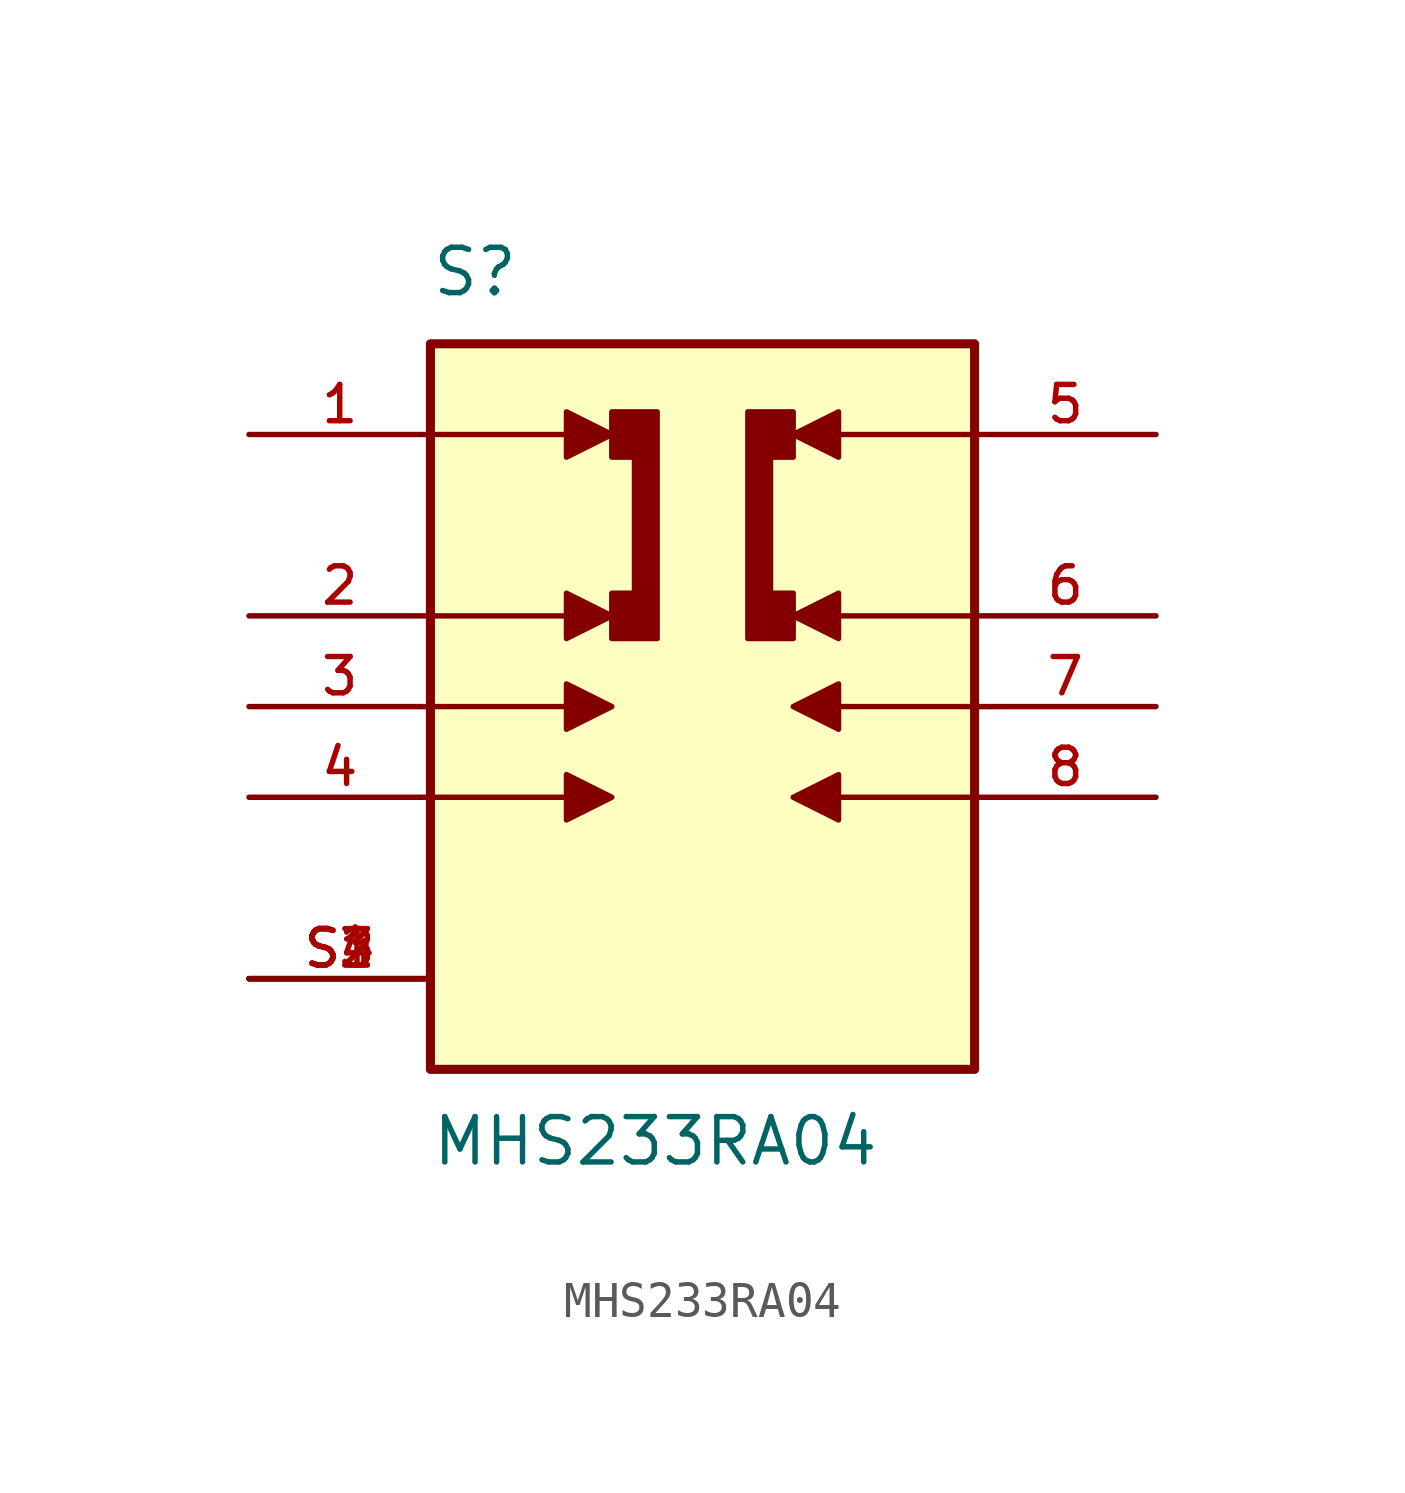
<source format=kicad_sym>
(kicad_symbol_lib
  (version 20211014)
  (generator kicad_symbol_editor)
  (symbol "MHS233RA04"
    (pin_names
      (offset 1.016))
    (property "Reference" "S"
      (at -7.62 11.43 0)
      (effects (font (size 1.27 1.27)) (justify bottom left)))
    (property "Value" "MHS233RA04"
      (at -7.62 -11.43 0)
      (effects (font (size 1.27 1.27)) (justify top left)))
    (symbol "MHS233RA04_0_0"
      (polyline (pts (xy -7.62 7.62) (xy -3.81 7.62)) (stroke (width 0.152)))
      (polyline (pts (xy -3.81 8.255) (xy -3.81 6.985) (xy -2.54 7.62) (xy -3.81 8.255)) (stroke (width 0.152)) (fill (type outline)))
      (polyline (pts (xy -7.62 2.54) (xy -3.81 2.54)) (stroke (width 0.152)))
      (polyline (pts (xy -3.81 3.175) (xy -3.81 1.905) (xy -2.54 2.54) (xy -3.81 3.175)) (stroke (width 0.152)) (fill (type outline)))
      (polyline (pts (xy -7.62 0.0) (xy -3.81 0.0)) (stroke (width 0.152)))
      (polyline (pts (xy -3.81 0.635) (xy -3.81 -0.635) (xy -2.54 0.0) (xy -3.81 0.635)) (stroke (width 0.152)) (fill (type outline)))
      (polyline (pts (xy -7.62 -2.54) (xy -3.81 -2.54)) (stroke (width 0.152)))
      (polyline (pts (xy -3.81 -1.905) (xy -3.81 -3.175) (xy -2.54 -2.54) (xy -3.81 -1.905)) (stroke (width 0.152)) (fill (type outline)))
      (polyline (pts (xy 7.62 7.62) (xy 3.81 7.62)) (stroke (width 0.152)))
      (polyline (pts (xy 3.81 6.985) (xy 3.81 8.255) (xy 2.54 7.62) (xy 3.81 6.985)) (stroke (width 0.152)) (fill (type outline)))
      (polyline (pts (xy 7.62 2.54) (xy 3.81 2.54)) (stroke (width 0.152)))
      (polyline (pts (xy 3.81 1.905) (xy 3.81 3.175) (xy 2.54 2.54) (xy 3.81 1.905)) (stroke (width 0.152)) (fill (type outline)))
      (polyline (pts (xy 7.62 0.0) (xy 3.81 0.0)) (stroke (width 0.152)))
      (polyline (pts (xy 3.81 -0.635) (xy 3.81 0.635) (xy 2.54 0.0) (xy 3.81 -0.635)) (stroke (width 0.152)) (fill (type outline)))
      (polyline (pts (xy 7.62 -2.54) (xy 3.81 -2.54)) (stroke (width 0.152)))
      (polyline (pts (xy 3.81 -3.175) (xy 3.81 -1.905) (xy 2.54 -2.54) (xy 3.81 -3.175)) (stroke (width 0.152)) (fill (type outline)))
      (polyline (pts (xy -2.54 6.985) (xy -2.54 8.255) (xy -1.27 8.255) (xy -1.27 1.905) (xy -2.54 1.905) (xy -2.54 3.175) (xy -1.905 3.175) (xy -1.905 6.985) (xy -2.54 6.985)) (stroke (width 0.152)) (fill (type outline)))
      (polyline (pts (xy 2.54 3.175) (xy 2.54 1.905) (xy 1.27 1.905) (xy 1.27 8.255) (xy 2.54 8.255) (xy 2.54 6.985) (xy 1.905 6.985) (xy 1.905 3.175) (xy 2.54 3.175)) (stroke (width 0.152)) (fill (type outline)))
      (rectangle (start -7.62 -10.16) (end 7.62 10.16) (stroke (width 0.254)) (fill (type background)))
      (pin passive line (at -12.7 7.62 0) (length 5.08) (name "~" (effects (font (size 1.016 1.016)))) (number "1" (effects (font (size 1.016 1.016)))))
      (pin passive line (at -12.7 2.54 0) (length 5.08) (name "~" (effects (font (size 1.016 1.016)))) (number "2" (effects (font (size 1.016 1.016)))))
      (pin passive line (at -12.7 0.0 0) (length 5.08) (name "~" (effects (font (size 1.016 1.016)))) (number "3" (effects (font (size 1.016 1.016)))))
      (pin passive line (at -12.7 -2.54 0) (length 5.08) (name "~" (effects (font (size 1.016 1.016)))) (number "4" (effects (font (size 1.016 1.016)))))
      (pin passive line (at 12.7 7.62 180.0) (length 5.08) (name "~" (effects (font (size 1.016 1.016)))) (number "5" (effects (font (size 1.016 1.016)))))
      (pin passive line (at 12.7 2.54 180.0) (length 5.08) (name "~" (effects (font (size 1.016 1.016)))) (number "6" (effects (font (size 1.016 1.016)))))
      (pin passive line (at 12.7 0.0 180.0) (length 5.08) (name "~" (effects (font (size 1.016 1.016)))) (number "7" (effects (font (size 1.016 1.016)))))
      (pin passive line (at 12.7 -2.54 180.0) (length 5.08) (name "~" (effects (font (size 1.016 1.016)))) (number "8" (effects (font (size 1.016 1.016)))))
      (pin passive line (at -12.7 -7.62 0) (length 5.08) (name "~" (effects (font (size 1.016 1.016)))) (number "S1" (effects (font (size 1.016 1.016)))))
      (pin passive line (at -12.7 -7.62 0) (length 5.08) (name "~" (effects (font (size 1.016 1.016)))) (number "S2" (effects (font (size 1.016 1.016)))))
      (pin passive line (at -12.7 -7.62 0) (length 5.08) (name "~" (effects (font (size 1.016 1.016)))) (number "S3" (effects (font (size 1.016 1.016)))))
      (pin passive line (at -12.7 -7.62 0) (length 5.08) (name "~" (effects (font (size 1.016 1.016)))) (number "S4" (effects (font (size 1.016 1.016))))))))
</source>
